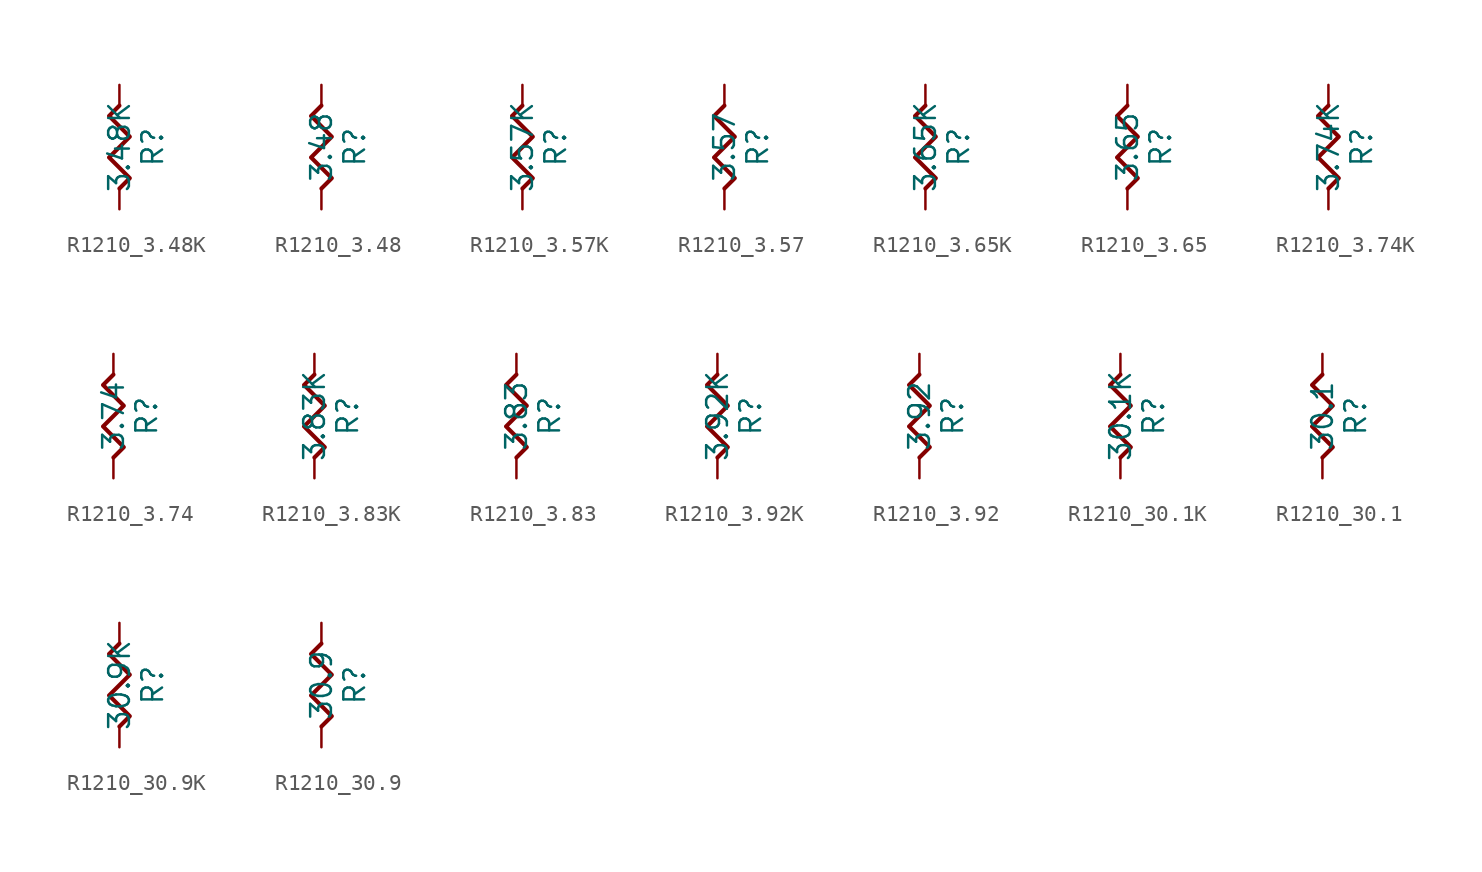
<source format=kicad_sym>
(kicad_symbol_lib
  (version 20211014)
  (generator atlantix-eda)
  (symbol "R1210_3.48K"
    (pin_numbers hide)
    (pin_names
      (offset 0))
    (property "Reference" "R"
      (at 2.032 0 90)
      (effects (font (size 1.27 1.27))))
    (property "Value" "3.48K"
      (at 0 0 90)
      (effects (font (size 1.27 1.27))))
    (symbol "R1210_3.48K_0_1"
      (polyline (pts (xy 0 -2.54) (xy 0.635 -1.905) (xy -0.635 -0.635) (xy 0.635 0.635) (xy -0.635 1.905) (xy 0 2.54)) (stroke (width 0.254) (type default) (color 0 0 0 0)) (fill (type none))))
    (symbol "R1210_3.48K_1_1"
      (pin passive line (at 0 3.81 270) (length 1.27) (name "~" (effects (font (size 1.27 1.27)))) (number "1" (effects (font (size 1.27 1.27)))))
      (pin passive line (at 0 -3.81 90) (length 1.27) (name "~" (effects (font (size 1.27 1.27)))) (number "2" (effects (font (size 1.27 1.27)))))))
  (symbol "R1210_3.48"
    (pin_numbers hide)
    (pin_names
      (offset 0))
    (property "Reference" "R"
      (at 2.032 0 90)
      (effects (font (size 1.27 1.27))))
    (property "Value" "3.48"
      (at 0 0 90)
      (effects (font (size 1.27 1.27))))
    (symbol "R1210_3.48_0_1"
      (polyline (pts (xy 0 -2.54) (xy 0.635 -1.905) (xy -0.635 -0.635) (xy 0.635 0.635) (xy -0.635 1.905) (xy 0 2.54)) (stroke (width 0.254) (type default) (color 0 0 0 0)) (fill (type none))))
    (symbol "R1210_3.48_1_1"
      (pin passive line (at 0 3.81 270) (length 1.27) (name "~" (effects (font (size 1.27 1.27)))) (number "1" (effects (font (size 1.27 1.27)))))
      (pin passive line (at 0 -3.81 90) (length 1.27) (name "~" (effects (font (size 1.27 1.27)))) (number "2" (effects (font (size 1.27 1.27)))))))
  (symbol "R1210_3.57K"
    (pin_numbers hide)
    (pin_names
      (offset 0))
    (property "Reference" "R"
      (at 2.032 0 90)
      (effects (font (size 1.27 1.27))))
    (property "Value" "3.57K"
      (at 0 0 90)
      (effects (font (size 1.27 1.27))))
    (symbol "R1210_3.57K_0_1"
      (polyline (pts (xy 0 -2.54) (xy 0.635 -1.905) (xy -0.635 -0.635) (xy 0.635 0.635) (xy -0.635 1.905) (xy 0 2.54)) (stroke (width 0.254) (type default) (color 0 0 0 0)) (fill (type none))))
    (symbol "R1210_3.57K_1_1"
      (pin passive line (at 0 3.81 270) (length 1.27) (name "~" (effects (font (size 1.27 1.27)))) (number "1" (effects (font (size 1.27 1.27)))))
      (pin passive line (at 0 -3.81 90) (length 1.27) (name "~" (effects (font (size 1.27 1.27)))) (number "2" (effects (font (size 1.27 1.27)))))))
  (symbol "R1210_3.57"
    (pin_numbers hide)
    (pin_names
      (offset 0))
    (property "Reference" "R"
      (at 2.032 0 90)
      (effects (font (size 1.27 1.27))))
    (property "Value" "3.57"
      (at 0 0 90)
      (effects (font (size 1.27 1.27))))
    (symbol "R1210_3.57_0_1"
      (polyline (pts (xy 0 -2.54) (xy 0.635 -1.905) (xy -0.635 -0.635) (xy 0.635 0.635) (xy -0.635 1.905) (xy 0 2.54)) (stroke (width 0.254) (type default) (color 0 0 0 0)) (fill (type none))))
    (symbol "R1210_3.57_1_1"
      (pin passive line (at 0 3.81 270) (length 1.27) (name "~" (effects (font (size 1.27 1.27)))) (number "1" (effects (font (size 1.27 1.27)))))
      (pin passive line (at 0 -3.81 90) (length 1.27) (name "~" (effects (font (size 1.27 1.27)))) (number "2" (effects (font (size 1.27 1.27)))))))
  (symbol "R1210_3.65K"
    (pin_numbers hide)
    (pin_names
      (offset 0))
    (property "Reference" "R"
      (at 2.032 0 90)
      (effects (font (size 1.27 1.27))))
    (property "Value" "3.65K"
      (at 0 0 90)
      (effects (font (size 1.27 1.27))))
    (symbol "R1210_3.65K_0_1"
      (polyline (pts (xy 0 -2.54) (xy 0.635 -1.905) (xy -0.635 -0.635) (xy 0.635 0.635) (xy -0.635 1.905) (xy 0 2.54)) (stroke (width 0.254) (type default) (color 0 0 0 0)) (fill (type none))))
    (symbol "R1210_3.65K_1_1"
      (pin passive line (at 0 3.81 270) (length 1.27) (name "~" (effects (font (size 1.27 1.27)))) (number "1" (effects (font (size 1.27 1.27)))))
      (pin passive line (at 0 -3.81 90) (length 1.27) (name "~" (effects (font (size 1.27 1.27)))) (number "2" (effects (font (size 1.27 1.27)))))))
  (symbol "R1210_3.65"
    (pin_numbers hide)
    (pin_names
      (offset 0))
    (property "Reference" "R"
      (at 2.032 0 90)
      (effects (font (size 1.27 1.27))))
    (property "Value" "3.65"
      (at 0 0 90)
      (effects (font (size 1.27 1.27))))
    (symbol "R1210_3.65_0_1"
      (polyline (pts (xy 0 -2.54) (xy 0.635 -1.905) (xy -0.635 -0.635) (xy 0.635 0.635) (xy -0.635 1.905) (xy 0 2.54)) (stroke (width 0.254) (type default) (color 0 0 0 0)) (fill (type none))))
    (symbol "R1210_3.65_1_1"
      (pin passive line (at 0 3.81 270) (length 1.27) (name "~" (effects (font (size 1.27 1.27)))) (number "1" (effects (font (size 1.27 1.27)))))
      (pin passive line (at 0 -3.81 90) (length 1.27) (name "~" (effects (font (size 1.27 1.27)))) (number "2" (effects (font (size 1.27 1.27)))))))
  (symbol "R1210_3.74K"
    (pin_numbers hide)
    (pin_names
      (offset 0))
    (property "Reference" "R"
      (at 2.032 0 90)
      (effects (font (size 1.27 1.27))))
    (property "Value" "3.74K"
      (at 0 0 90)
      (effects (font (size 1.27 1.27))))
    (symbol "R1210_3.74K_0_1"
      (polyline (pts (xy 0 -2.54) (xy 0.635 -1.905) (xy -0.635 -0.635) (xy 0.635 0.635) (xy -0.635 1.905) (xy 0 2.54)) (stroke (width 0.254) (type default) (color 0 0 0 0)) (fill (type none))))
    (symbol "R1210_3.74K_1_1"
      (pin passive line (at 0 3.81 270) (length 1.27) (name "~" (effects (font (size 1.27 1.27)))) (number "1" (effects (font (size 1.27 1.27)))))
      (pin passive line (at 0 -3.81 90) (length 1.27) (name "~" (effects (font (size 1.27 1.27)))) (number "2" (effects (font (size 1.27 1.27)))))))
  (symbol "R1210_3.74"
    (pin_numbers hide)
    (pin_names
      (offset 0))
    (property "Reference" "R"
      (at 2.032 0 90)
      (effects (font (size 1.27 1.27))))
    (property "Value" "3.74"
      (at 0 0 90)
      (effects (font (size 1.27 1.27))))
    (symbol "R1210_3.74_0_1"
      (polyline (pts (xy 0 -2.54) (xy 0.635 -1.905) (xy -0.635 -0.635) (xy 0.635 0.635) (xy -0.635 1.905) (xy 0 2.54)) (stroke (width 0.254) (type default) (color 0 0 0 0)) (fill (type none))))
    (symbol "R1210_3.74_1_1"
      (pin passive line (at 0 3.81 270) (length 1.27) (name "~" (effects (font (size 1.27 1.27)))) (number "1" (effects (font (size 1.27 1.27)))))
      (pin passive line (at 0 -3.81 90) (length 1.27) (name "~" (effects (font (size 1.27 1.27)))) (number "2" (effects (font (size 1.27 1.27)))))))
  (symbol "R1210_3.83K"
    (pin_numbers hide)
    (pin_names
      (offset 0))
    (property "Reference" "R"
      (at 2.032 0 90)
      (effects (font (size 1.27 1.27))))
    (property "Value" "3.83K"
      (at 0 0 90)
      (effects (font (size 1.27 1.27))))
    (symbol "R1210_3.83K_0_1"
      (polyline (pts (xy 0 -2.54) (xy 0.635 -1.905) (xy -0.635 -0.635) (xy 0.635 0.635) (xy -0.635 1.905) (xy 0 2.54)) (stroke (width 0.254) (type default) (color 0 0 0 0)) (fill (type none))))
    (symbol "R1210_3.83K_1_1"
      (pin passive line (at 0 3.81 270) (length 1.27) (name "~" (effects (font (size 1.27 1.27)))) (number "1" (effects (font (size 1.27 1.27)))))
      (pin passive line (at 0 -3.81 90) (length 1.27) (name "~" (effects (font (size 1.27 1.27)))) (number "2" (effects (font (size 1.27 1.27)))))))
  (symbol "R1210_3.83"
    (pin_numbers hide)
    (pin_names
      (offset 0))
    (property "Reference" "R"
      (at 2.032 0 90)
      (effects (font (size 1.27 1.27))))
    (property "Value" "3.83"
      (at 0 0 90)
      (effects (font (size 1.27 1.27))))
    (symbol "R1210_3.83_0_1"
      (polyline (pts (xy 0 -2.54) (xy 0.635 -1.905) (xy -0.635 -0.635) (xy 0.635 0.635) (xy -0.635 1.905) (xy 0 2.54)) (stroke (width 0.254) (type default) (color 0 0 0 0)) (fill (type none))))
    (symbol "R1210_3.83_1_1"
      (pin passive line (at 0 3.81 270) (length 1.27) (name "~" (effects (font (size 1.27 1.27)))) (number "1" (effects (font (size 1.27 1.27)))))
      (pin passive line (at 0 -3.81 90) (length 1.27) (name "~" (effects (font (size 1.27 1.27)))) (number "2" (effects (font (size 1.27 1.27)))))))
  (symbol "R1210_3.92K"
    (pin_numbers hide)
    (pin_names
      (offset 0))
    (property "Reference" "R"
      (at 2.032 0 90)
      (effects (font (size 1.27 1.27))))
    (property "Value" "3.92K"
      (at 0 0 90)
      (effects (font (size 1.27 1.27))))
    (symbol "R1210_3.92K_0_1"
      (polyline (pts (xy 0 -2.54) (xy 0.635 -1.905) (xy -0.635 -0.635) (xy 0.635 0.635) (xy -0.635 1.905) (xy 0 2.54)) (stroke (width 0.254) (type default) (color 0 0 0 0)) (fill (type none))))
    (symbol "R1210_3.92K_1_1"
      (pin passive line (at 0 3.81 270) (length 1.27) (name "~" (effects (font (size 1.27 1.27)))) (number "1" (effects (font (size 1.27 1.27)))))
      (pin passive line (at 0 -3.81 90) (length 1.27) (name "~" (effects (font (size 1.27 1.27)))) (number "2" (effects (font (size 1.27 1.27)))))))
  (symbol "R1210_3.92"
    (pin_numbers hide)
    (pin_names
      (offset 0))
    (property "Reference" "R"
      (at 2.032 0 90)
      (effects (font (size 1.27 1.27))))
    (property "Value" "3.92"
      (at 0 0 90)
      (effects (font (size 1.27 1.27))))
    (symbol "R1210_3.92_0_1"
      (polyline (pts (xy 0 -2.54) (xy 0.635 -1.905) (xy -0.635 -0.635) (xy 0.635 0.635) (xy -0.635 1.905) (xy 0 2.54)) (stroke (width 0.254) (type default) (color 0 0 0 0)) (fill (type none))))
    (symbol "R1210_3.92_1_1"
      (pin passive line (at 0 3.81 270) (length 1.27) (name "~" (effects (font (size 1.27 1.27)))) (number "1" (effects (font (size 1.27 1.27)))))
      (pin passive line (at 0 -3.81 90) (length 1.27) (name "~" (effects (font (size 1.27 1.27)))) (number "2" (effects (font (size 1.27 1.27)))))))
  (symbol "R1210_30.1K"
    (pin_numbers hide)
    (pin_names
      (offset 0))
    (property "Reference" "R"
      (at 2.032 0 90)
      (effects (font (size 1.27 1.27))))
    (property "Value" "30.1K"
      (at 0 0 90)
      (effects (font (size 1.27 1.27))))
    (symbol "R1210_30.1K_0_1"
      (polyline (pts (xy 0 -2.54) (xy 0.635 -1.905) (xy -0.635 -0.635) (xy 0.635 0.635) (xy -0.635 1.905) (xy 0 2.54)) (stroke (width 0.254) (type default) (color 0 0 0 0)) (fill (type none))))
    (symbol "R1210_30.1K_1_1"
      (pin passive line (at 0 3.81 270) (length 1.27) (name "~" (effects (font (size 1.27 1.27)))) (number "1" (effects (font (size 1.27 1.27)))))
      (pin passive line (at 0 -3.81 90) (length 1.27) (name "~" (effects (font (size 1.27 1.27)))) (number "2" (effects (font (size 1.27 1.27)))))))
  (symbol "R1210_30.1"
    (pin_numbers hide)
    (pin_names
      (offset 0))
    (property "Reference" "R"
      (at 2.032 0 90)
      (effects (font (size 1.27 1.27))))
    (property "Value" "30.1"
      (at 0 0 90)
      (effects (font (size 1.27 1.27))))
    (symbol "R1210_30.1_0_1"
      (polyline (pts (xy 0 -2.54) (xy 0.635 -1.905) (xy -0.635 -0.635) (xy 0.635 0.635) (xy -0.635 1.905) (xy 0 2.54)) (stroke (width 0.254) (type default) (color 0 0 0 0)) (fill (type none))))
    (symbol "R1210_30.1_1_1"
      (pin passive line (at 0 3.81 270) (length 1.27) (name "~" (effects (font (size 1.27 1.27)))) (number "1" (effects (font (size 1.27 1.27)))))
      (pin passive line (at 0 -3.81 90) (length 1.27) (name "~" (effects (font (size 1.27 1.27)))) (number "2" (effects (font (size 1.27 1.27)))))))
  (symbol "R1210_30.9K"
    (pin_numbers hide)
    (pin_names
      (offset 0))
    (property "Reference" "R"
      (at 2.032 0 90)
      (effects (font (size 1.27 1.27))))
    (property "Value" "30.9K"
      (at 0 0 90)
      (effects (font (size 1.27 1.27))))
    (symbol "R1210_30.9K_0_1"
      (polyline (pts (xy 0 -2.54) (xy 0.635 -1.905) (xy -0.635 -0.635) (xy 0.635 0.635) (xy -0.635 1.905) (xy 0 2.54)) (stroke (width 0.254) (type default) (color 0 0 0 0)) (fill (type none))))
    (symbol "R1210_30.9K_1_1"
      (pin passive line (at 0 3.81 270) (length 1.27) (name "~" (effects (font (size 1.27 1.27)))) (number "1" (effects (font (size 1.27 1.27)))))
      (pin passive line (at 0 -3.81 90) (length 1.27) (name "~" (effects (font (size 1.27 1.27)))) (number "2" (effects (font (size 1.27 1.27)))))))
  (symbol "R1210_30.9"
    (pin_numbers hide)
    (pin_names
      (offset 0))
    (property "Reference" "R"
      (at 2.032 0 90)
      (effects (font (size 1.27 1.27))))
    (property "Value" "30.9"
      (at 0 0 90)
      (effects (font (size 1.27 1.27))))
    (symbol "R1210_30.9_0_1"
      (polyline (pts (xy 0 -2.54) (xy 0.635 -1.905) (xy -0.635 -0.635) (xy 0.635 0.635) (xy -0.635 1.905) (xy 0 2.54)) (stroke (width 0.254) (type default) (color 0 0 0 0)) (fill (type none))))
    (symbol "R1210_30.9_1_1"
      (pin passive line (at 0 3.81 270) (length 1.27) (name "~" (effects (font (size 1.27 1.27)))) (number "1" (effects (font (size 1.27 1.27)))))
      (pin passive line (at 0 -3.81 90) (length 1.27) (name "~" (effects (font (size 1.27 1.27)))) (number "2" (effects (font (size 1.27 1.27))))))))
</source>
